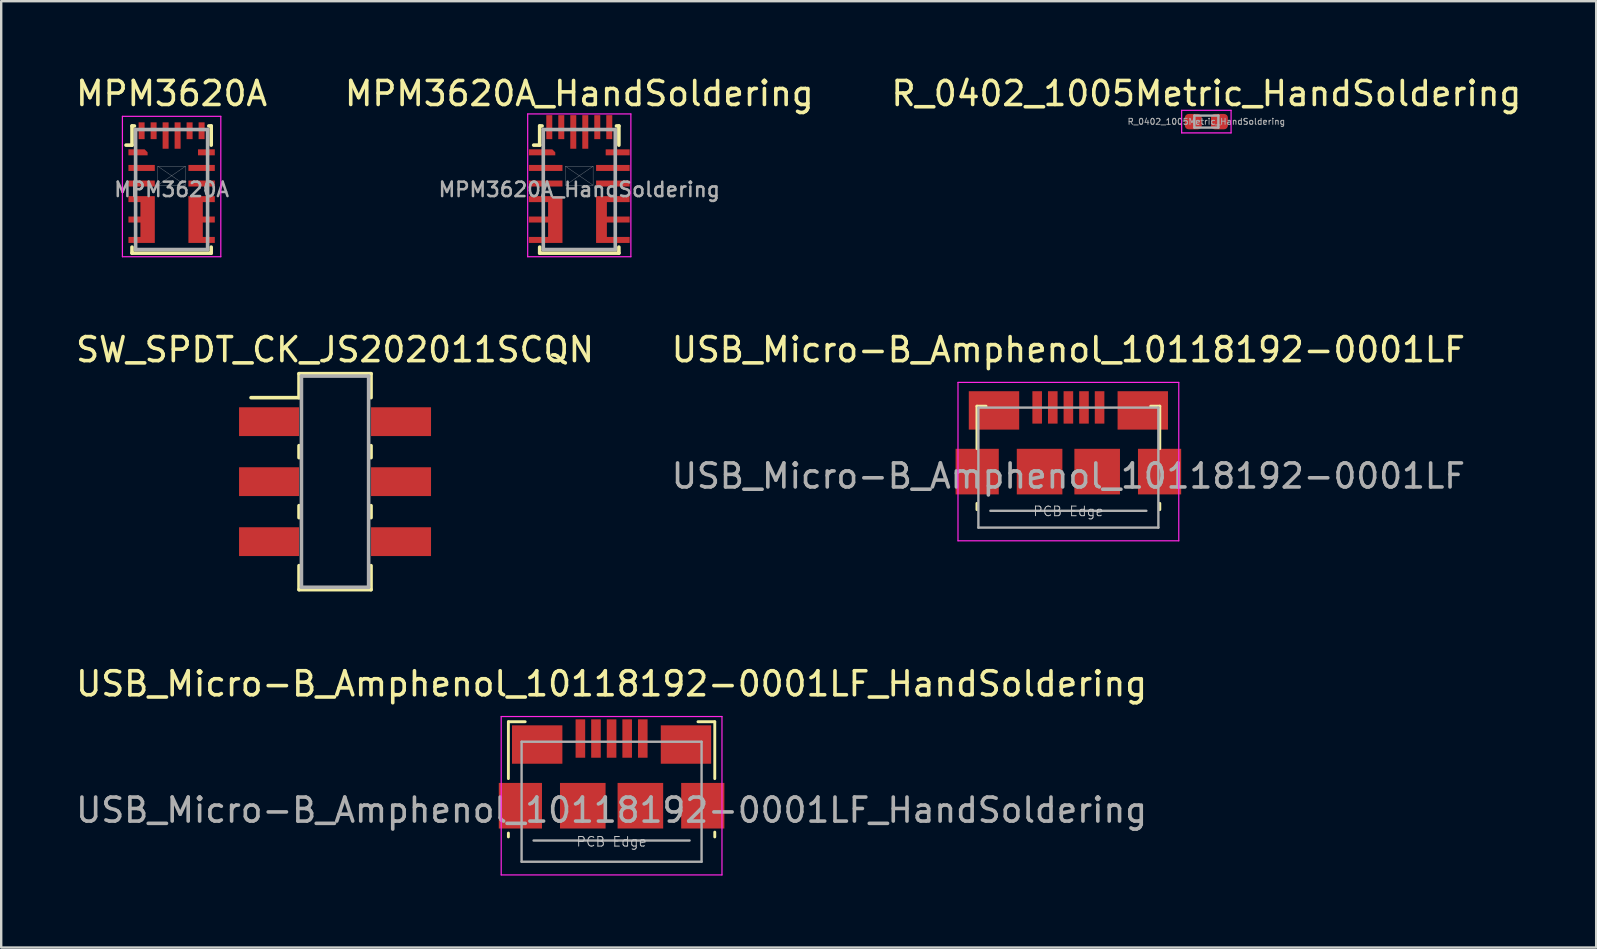
<source format=kicad_pcb>
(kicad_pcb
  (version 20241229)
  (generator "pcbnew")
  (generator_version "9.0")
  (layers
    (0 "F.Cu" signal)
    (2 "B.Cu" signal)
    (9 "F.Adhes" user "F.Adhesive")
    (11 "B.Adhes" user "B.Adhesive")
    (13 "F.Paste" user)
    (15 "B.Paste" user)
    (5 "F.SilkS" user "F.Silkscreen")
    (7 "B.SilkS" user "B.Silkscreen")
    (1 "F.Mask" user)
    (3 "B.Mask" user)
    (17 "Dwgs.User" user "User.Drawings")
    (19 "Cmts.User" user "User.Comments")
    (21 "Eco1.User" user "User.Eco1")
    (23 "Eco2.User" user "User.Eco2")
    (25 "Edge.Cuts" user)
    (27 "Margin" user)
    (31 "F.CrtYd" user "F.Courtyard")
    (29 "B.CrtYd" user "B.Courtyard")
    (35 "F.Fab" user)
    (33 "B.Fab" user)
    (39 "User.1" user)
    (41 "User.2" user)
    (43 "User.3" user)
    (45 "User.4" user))
  (footprint "MPM3620A"
    (layer "F.Cu")
    (at 4.101 4.848)
    (property "Reference" "MPM3620A" (at 0 -4 0) (layer "F.SilkS") (effects (font (size 1 1) (thickness 0.15))))
    (attr smd)
    (fp_line (start -1.65 -2.65) (end -1.65 -1.85) (stroke (width 0.15) (type solid)) (layer "F.SilkS"))
    (fp_line (start -1.65 -1.85) (end -1.9 -1.85) (stroke (width 0.15) (type solid)) (layer "F.SilkS"))
    (fp_line (start -1.65 2.4) (end -1.65 2.65) (stroke (width 0.15) (type solid)) (layer "F.SilkS"))
    (fp_line (start -1.65 2.65) (end 1.65 2.65) (stroke (width 0.15) (type solid)) (layer "F.SilkS"))
    (fp_line (start -1.55 -2.65) (end -1.65 -2.65) (stroke (width 0.15) (type solid)) (layer "F.SilkS"))
    (fp_line (start 1.65 -2.65) (end 1.55 -2.65) (stroke (width 0.15) (type solid)) (layer "F.SilkS"))
    (fp_line (start 1.65 -1.85) (end 1.65 -2.65) (stroke (width 0.15) (type solid)) (layer "F.SilkS"))
    (fp_line (start 1.65 2.65) (end 1.65 2.4) (stroke (width 0.15) (type solid)) (layer "F.SilkS"))
    (fp_line (start -0.575 -0.97) (end -0.575 -0.18) (stroke (width 0.01) (type solid)) (layer "Dwgs.User"))
    (fp_line (start -0.575 -0.97) (end 0.575 -0.18) (stroke (width 0.01) (type solid)) (layer "Dwgs.User"))
    (fp_line (start -0.575 -0.18) (end 0.575 -0.18) (stroke (width 0.01) (type solid)) (layer "Dwgs.User"))
    (fp_line (start 0.575 -0.97) (end -0.575 -0.97) (stroke (width 0.01) (type solid)) (layer "Dwgs.User"))
    (fp_line (start 0.575 -0.97) (end -0.575 -0.18) (stroke (width 0.01) (type solid)) (layer "Dwgs.User"))
    (fp_line (start 0.575 -0.97) (end 0.575 -0.18) (stroke (width 0.01) (type solid)) (layer "Dwgs.User"))
    (fp_line (start -2.05 2.8) (end -2.05 -3.05) (stroke (width 0.05) (type solid)) (layer "F.CrtYd"))
    (fp_line (start 2.05 -3.05) (end -2.05 -3.05) (stroke (width 0.05) (type solid)) (layer "F.CrtYd"))
    (fp_line (start 2.05 -3.05) (end 2.05 2.8) (stroke (width 0.05) (type solid)) (layer "F.CrtYd"))
    (fp_line (start 2.05 2.8) (end -2.05 2.8) (stroke (width 0.05) (type solid)) (layer "F.CrtYd"))
    (fp_line (start -1.5 -2.5) (end -1.5 2.5) (stroke (width 0.15) (type solid)) (layer "F.Fab"))
    (fp_line (start -1.5 2.5) (end 1.5 2.5) (stroke (width 0.15) (type solid)) (layer "F.Fab"))
    (fp_line (start 1.5 -2.5) (end -1.5 -2.5) (stroke (width 0.15) (type solid)) (layer "F.Fab"))
    (fp_line (start 1.5 2.5) (end 1.5 -2.5) (stroke (width 0.15) (type solid)) (layer "F.Fab"))
    (fp_text user "${REFERENCE}" (at 0 0 0) (layer "F.Fab") (effects (font (size 0.6 0.6) (thickness 0.105))))
    (pad "1" smd custom (at -1.5 -1.55) (size 0.6 0.25) (layers "F.Cu" "F.Mask" "F.Paste") (options (anchor rect)) (primitives (gr_poly (pts (xy -0.3 0.125) (xy 0.5 0.125) (xy 0.5 0) (xy 0.375 -0.125) (xy -0.3 -0.125)) (width 0) (fill yes))))
    (pad "2" smd rect (at -1.25 -0.9) (size 1.1 0.25) (layers "F.Cu" "F.Mask" "F.Paste"))
    (pad "3" smd rect (at -1.25 -0.25) (size 1.1 0.25) (layers "F.Cu" "F.Mask" "F.Paste"))
    (pad "4-6" smd custom (at -1.25 1.25) (size 1.1 0.25) (layers "F.Cu" "F.Mask" "F.Paste") (options (anchor rect)) (primitives (gr_poly (pts (xy 0.55 -0.975) (xy 0.55 0.975) (xy -0.55 0.975) (xy -0.55 0.725) (xy -0.05 0.725) (xy -0.05 -0.725) (xy -0.55 -0.725) (xy -0.55 -0.975)) (width 0) (fill yes))))
    (pad "7-9" smd custom (at 1.25 1.25) (size 1.1 0.25) (layers "F.Cu" "F.Mask" "F.Paste") (options (anchor rect)) (primitives (gr_poly (pts (xy -0.55 -0.975) (xy -0.55 0.975) (xy 0.55 0.975) (xy 0.55 0.725) (xy 0.05 0.725) (xy 0.05 -0.725) (xy 0.55 -0.725) (xy 0.55 -0.975)) (width 0) (fill yes))))
    (pad "10" smd rect (at 1.25 -0.25) (size 1.1 0.25) (layers "F.Cu" "F.Mask" "F.Paste"))
    (pad "11" smd rect (at 1.25 -0.9) (size 1.1 0.25) (layers "F.Cu" "F.Mask" "F.Paste"))
    (pad "12" smd rect (at 1.45 -1.55) (size 0.7 0.25) (layers "F.Cu" "F.Mask" "F.Paste"))
    (pad "13" smd rect (at 1.25 -2.45) (size 0.25 0.7) (layers "F.Cu" "F.Mask" "F.Paste"))
    (pad "14" smd rect (at 0.75 -2.45) (size 0.25 0.7) (layers "F.Cu" "F.Mask" "F.Paste"))
    (pad "15" smd rect (at 0.25 -2.25) (size 0.25 1.1) (layers "F.Cu" "F.Mask" "F.Paste"))
    (pad "16" smd rect (at -0.25 -2.25) (size 0.25 1.1) (layers "F.Cu" "F.Mask" "F.Paste"))
    (pad "17" smd rect (at -0.75 -2.45) (size 0.25 0.7) (layers "F.Cu" "F.Mask" "F.Paste"))
    (pad "18" smd rect (at -1.25 -2.45) (size 0.25 0.7) (layers "F.Cu" "F.Mask" "F.Paste")))
  (footprint "USB_Micro-B_Amphenol_10118192-0001LF_HandSoldering"
    (layer "F.Cu")
    (at 22.435 30.525)
    (property "Reference" "USB_Micro-B_Amphenol_10118192-0001LF_HandSoldering" (at 0 -5.08 180) (layer "F.SilkS") (effects (font (size 1 1) (thickness 0.15))))
    (attr smd)
    (fp_line (start -4.3 -3.5) (end -3.6 -3.5) (stroke (width 0.12) (type solid)) (layer "F.SilkS"))
    (fp_line (start -4.3 -1.13) (end -4.3 -3.5) (stroke (width 0.12) (type solid)) (layer "F.SilkS"))
    (fp_line (start -4.3 1.3) (end -4.3 1.14) (stroke (width 0.12) (type solid)) (layer "F.SilkS"))
    (fp_line (start 4.3 -3.5) (end 3.6 -3.5) (stroke (width 0.12) (type solid)) (layer "F.SilkS"))
    (fp_line (start 4.3 -1.129) (end 4.3 -3.499) (stroke (width 0.12) (type solid)) (layer "F.SilkS"))
    (fp_line (start 4.3 1.1) (end 4.3 1.3) (stroke (width 0.12) (type solid)) (layer "F.SilkS"))
    (fp_line (start -4.6 -3.716) (end 4.6 -3.716) (stroke (width 0.05) (type solid)) (layer "F.CrtYd"))
    (fp_line (start -4.6 2.884) (end -4.6 -3.716) (stroke (width 0.05) (type solid)) (layer "F.CrtYd"))
    (fp_line (start 4.6 -3.716) (end 4.6 2.884) (stroke (width 0.05) (type solid)) (layer "F.CrtYd"))
    (fp_line (start 4.6 2.884) (end -4.6 2.884) (stroke (width 0.05) (type solid)) (layer "F.CrtYd"))
    (fp_line (start -3.75 -2.666) (end 3.75 -2.666) (stroke (width 0.1) (type solid)) (layer "F.Fab"))
    (fp_line (start -3.75 2.334) (end -3.75 -2.666) (stroke (width 0.1) (type solid)) (layer "F.Fab"))
    (fp_line (start -3.25 1.45) (end 3.25 1.45) (stroke (width 0.1) (type solid)) (layer "F.Fab"))
    (fp_line (start 3.75 -2.666) (end 3.75 2.334) (stroke (width 0.1) (type solid)) (layer "F.Fab"))
    (fp_line (start 3.75 2.334) (end -3.75 2.334) (stroke (width 0.1) (type solid)) (layer "F.Fab"))
    (fp_text user "PCB Edge" (at 0 1.5 180) (layer "Dwgs.User") (effects (font (size 0.4 0.4) (thickness 0.04))))
    (fp_text user "${REFERENCE}" (at 0 0.184 0) (layer "F.Fab") (effects (font (size 1 1) (thickness 0.15))))
    (pad "1" smd rect (at -1.3 -2.8) (size 0.4 1.6) (layers "F.Cu" "F.Mask" "F.Paste"))
    (pad "2" smd rect (at -0.65 -2.8) (size 0.4 1.6) (layers "F.Cu" "F.Mask" "F.Paste"))
    (pad "3" smd rect (at 0 -2.8) (size 0.4 1.6) (layers "F.Cu" "F.Mask" "F.Paste"))
    (pad "4" smd rect (at 0.65 -2.8) (size 0.4 1.6) (layers "F.Cu" "F.Mask" "F.Paste"))
    (pad "5" smd rect (at 1.3 -2.8) (size 0.4 1.6) (layers "F.Cu" "F.Mask" "F.Paste"))
    (pad "6" smd rect (at -3.8 0) (size 1.8 1.9) (layers "F.Cu" "F.Mask" "F.Paste"))
    (pad "6" smd rect (at -3.1 -2.55) (size 2.1 1.6) (layers "F.Cu" "F.Mask" "F.Paste"))
    (pad "6" smd rect (at -1.2 0) (size 1.9 1.9) (layers "F.Cu" "F.Mask" "F.Paste"))
    (pad "6" smd rect (at 1.2 0) (size 1.9 1.9) (layers "F.Cu" "F.Mask" "F.Paste"))
    (pad "6" smd rect (at 3.1 -2.55) (size 2.1 1.6) (layers "F.Cu" "F.Mask" "F.Paste"))
    (pad "6" smd rect (at 3.8 0) (size 1.8 1.9) (layers "F.Cu" "F.Mask" "F.Paste")))
  (footprint "USB_Micro-B_Amphenol_10118192-0001LF"
    (layer "F.Cu")
    (at 41.47 16.602)
    (property "Reference" "USB_Micro-B_Amphenol_10118192-0001LF" (at 0 -5.08 180) (layer "F.SilkS") (effects (font (size 1 1) (thickness 0.15))))
    (attr smd)
    (fp_line (start -3.81 -2.726) (end -3.43 -2.726) (stroke (width 0.12) (type solid)) (layer "F.SilkS"))
    (fp_line (start -3.81 -0.956) (end -3.81 -2.726) (stroke (width 0.12) (type solid)) (layer "F.SilkS"))
    (fp_line (start -3.81 1.584) (end -3.81 1.324) (stroke (width 0.12) (type solid)) (layer "F.SilkS"))
    (fp_line (start 3.81 -2.726) (end 3.43 -2.726) (stroke (width 0.12) (type solid)) (layer "F.SilkS"))
    (fp_line (start 3.81 -2.726) (end 3.81 -0.956) (stroke (width 0.12) (type solid)) (layer "F.SilkS"))
    (fp_line (start 3.81 1.324) (end 3.81 1.584) (stroke (width 0.12) (type solid)) (layer "F.SilkS"))
    (fp_line (start -4.6 -3.716) (end 4.6 -3.716) (stroke (width 0.05) (type solid)) (layer "F.CrtYd"))
    (fp_line (start -4.6 2.884) (end -4.6 -3.716) (stroke (width 0.05) (type solid)) (layer "F.CrtYd"))
    (fp_line (start 4.6 -3.716) (end 4.6 2.884) (stroke (width 0.05) (type solid)) (layer "F.CrtYd"))
    (fp_line (start 4.6 2.884) (end -4.6 2.884) (stroke (width 0.05) (type solid)) (layer "F.CrtYd"))
    (fp_line (start -3.75 -2.666) (end 3.75 -2.666) (stroke (width 0.1) (type solid)) (layer "F.Fab"))
    (fp_line (start -3.75 2.334) (end -3.75 -2.666) (stroke (width 0.1) (type solid)) (layer "F.Fab"))
    (fp_line (start -3.25 1.634) (end 3.25 1.634) (stroke (width 0.1) (type solid)) (layer "F.Fab"))
    (fp_line (start 3.75 -2.666) (end 3.75 2.334) (stroke (width 0.1) (type solid)) (layer "F.Fab"))
    (fp_line (start 3.75 2.334) (end -3.75 2.334) (stroke (width 0.1) (type solid)) (layer "F.Fab"))
    (fp_text user "PCB Edge" (at 0 1.654 180) (layer "Dwgs.User") (effects (font (size 0.4 0.4) (thickness 0.04))))
    (fp_text user "${REFERENCE}" (at 0 0.184 0) (layer "F.Fab") (effects (font (size 1 1) (thickness 0.15))))
    (pad "1" smd rect (at -1.3 -2.675) (size 0.4 1.35) (layers "F.Cu" "F.Mask" "F.Paste"))
    (pad "2" smd rect (at -0.65 -2.675) (size 0.4 1.35) (layers "F.Cu" "F.Mask" "F.Paste"))
    (pad "3" smd rect (at 0 -2.675) (size 0.4 1.35) (layers "F.Cu" "F.Mask" "F.Paste"))
    (pad "4" smd rect (at 0.65 -2.675) (size 0.4 1.35) (layers "F.Cu" "F.Mask" "F.Paste"))
    (pad "5" smd rect (at 1.3 -2.675) (size 0.4 1.35) (layers "F.Cu" "F.Mask" "F.Paste"))
    (pad "6" smd rect (at -3.8 0) (size 1.8 1.9) (layers "F.Cu" "F.Mask" "F.Paste"))
    (pad "6" smd rect (at -3.1 -2.55) (size 2.1 1.6) (layers "F.Cu" "F.Mask" "F.Paste"))
    (pad "6" smd rect (at -1.2 0) (size 1.9 1.9) (layers "F.Cu" "F.Mask" "F.Paste"))
    (pad "6" smd rect (at 1.2 0) (size 1.9 1.9) (layers "F.Cu" "F.Mask" "F.Paste"))
    (pad "6" smd rect (at 3.1 -2.55) (size 2.1 1.6) (layers "F.Cu" "F.Mask" "F.Paste"))
    (pad "6" smd rect (at 3.8 0) (size 1.8 1.9) (layers "F.Cu" "F.Mask" "F.Paste")))
  (footprint "R_0402_1005Metric_HandSoldering"
    (layer "F.Cu")
    (at 47.22 2.018)
    (property "Reference" "R_0402_1005Metric_HandSoldering" (at 0 -1.17 0) (layer "F.SilkS") (effects (font (size 1 1) (thickness 0.15))))
    (attr smd)
    (fp_line (start -1.03 -0.47) (end 1.03 -0.47) (stroke (width 0.05) (type solid)) (layer "F.CrtYd"))
    (fp_line (start -1.03 0.47) (end -1.03 -0.47) (stroke (width 0.05) (type solid)) (layer "F.CrtYd"))
    (fp_line (start 1.03 -0.47) (end 1.03 0.47) (stroke (width 0.05) (type solid)) (layer "F.CrtYd"))
    (fp_line (start 1.03 0.47) (end -1.03 0.47) (stroke (width 0.05) (type solid)) (layer "F.CrtYd"))
    (fp_line (start -0.5 -0.25) (end 0.5 -0.25) (stroke (width 0.1) (type solid)) (layer "F.Fab"))
    (fp_line (start -0.5 0.25) (end -0.5 -0.25) (stroke (width 0.1) (type solid)) (layer "F.Fab"))
    (fp_line (start 0.5 -0.25) (end 0.5 0.25) (stroke (width 0.1) (type solid)) (layer "F.Fab"))
    (fp_line (start 0.5 0.25) (end -0.5 0.25) (stroke (width 0.1) (type solid)) (layer "F.Fab"))
    (fp_text user "${REFERENCE}" (at 0 0 0) (layer "F.Fab") (effects (font (size 0.25 0.25) (thickness 0.04))))
    (pad "1" smd roundrect (at -0.544 0) (size 0.708 0.64) (layers "F.Cu" "F.Mask" "F.Paste") (roundrect_rratio 0.25))
    (pad "2" smd roundrect (at 0.544 0) (size 0.708 0.64) (layers "F.Cu" "F.Mask" "F.Paste") (roundrect_rratio 0.25)))
  (footprint "SW_SPDT_CK_JS202011SCQN"
    (layer "F.Cu")
    (at 10.911 17.021)
    (property "Reference" "SW_SPDT_CK_JS202011SCQN" (at 0 -5.5 0) (layer "F.SilkS") (effects (font (size 1 1) (thickness 0.15))))
    (attr smd)
    (fp_line (start -1.5 -4.5) (end -1.5 -3.5) (stroke (width 0.15) (type solid)) (layer "F.SilkS"))
    (fp_line (start -1.5 -4.5) (end 1.5 -4.5) (stroke (width 0.15) (type solid)) (layer "F.SilkS"))
    (fp_line (start -1.5 -3.5) (end -3.5 -3.5) (stroke (width 0.15) (type solid)) (layer "F.SilkS"))
    (fp_line (start -1.5 -1.5) (end -1.5 -1) (stroke (width 0.15) (type solid)) (layer "F.SilkS"))
    (fp_line (start -1.5 1) (end -1.5 1.5) (stroke (width 0.15) (type solid)) (layer "F.SilkS"))
    (fp_line (start -1.5 4.5) (end -1.5 3.5) (stroke (width 0.15) (type solid)) (layer "F.SilkS"))
    (fp_line (start -1.5 4.5) (end 1.5 4.5) (stroke (width 0.15) (type solid)) (layer "F.SilkS"))
    (fp_line (start 1.5 -4.5) (end 1.5 -3.5) (stroke (width 0.15) (type solid)) (layer "F.SilkS"))
    (fp_line (start 1.5 -1.5) (end 1.5 -1) (stroke (width 0.15) (type solid)) (layer "F.SilkS"))
    (fp_line (start 1.5 1) (end 1.5 1.5) (stroke (width 0.15) (type solid)) (layer "F.SilkS"))
    (fp_line (start 1.5 4.5) (end 1.5 3.5) (stroke (width 0.15) (type solid)) (layer "F.SilkS"))
    (fp_line (start -1.4 -4.4) (end -1.4 4.4) (stroke (width 0.15) (type solid)) (layer "F.Fab"))
    (fp_line (start -1.4 4.4) (end 1.4 4.4) (stroke (width 0.15) (type solid)) (layer "F.Fab"))
    (fp_line (start 1.4 -4.4) (end -1.4 -4.4) (stroke (width 0.15) (type solid)) (layer "F.Fab"))
    (fp_line (start 1.4 4.4) (end 1.4 -4.4) (stroke (width 0.15) (type solid)) (layer "F.Fab"))
    (pad "0" smd rect (at 2.75 -2.5) (size 2.5 1.2) (layers "F.Cu" "F.Mask" "F.Paste"))
    (pad "0" smd rect (at 2.75 0) (size 2.5 1.2) (layers "F.Cu" "F.Mask" "F.Paste"))
    (pad "0" smd rect (at 2.75 2.5) (size 2.5 1.2) (layers "F.Cu" "F.Mask" "F.Paste"))
    (pad "1" smd rect (at -2.75 -2.5) (size 2.5 1.2) (layers "F.Cu" "F.Mask" "F.Paste"))
    (pad "2" smd rect (at -2.75 0) (size 2.5 1.2) (layers "F.Cu" "F.Mask" "F.Paste"))
    (pad "3" smd rect (at -2.75 2.5) (size 2.5 1.2) (layers "F.Cu" "F.Mask" "F.Paste")))
  (footprint "MPM3620A_HandSoldering"
    (layer "F.Cu")
    (at 21.089 4.848)
    (property "Reference" "MPM3620A_HandSoldering" (at 0 -4 0) (layer "F.SilkS") (effects (font (size 1 1) (thickness 0.15))))
    (attr smd)
    (fp_line (start -1.65 -2.65) (end -1.65 -1.85) (stroke (width 0.15) (type solid)) (layer "F.SilkS"))
    (fp_line (start -1.65 -1.85) (end -1.9 -1.85) (stroke (width 0.15) (type solid)) (layer "F.SilkS"))
    (fp_line (start -1.65 2.4) (end -1.65 2.65) (stroke (width 0.15) (type solid)) (layer "F.SilkS"))
    (fp_line (start -1.65 2.65) (end 1.65 2.65) (stroke (width 0.15) (type solid)) (layer "F.SilkS"))
    (fp_line (start -1.55 -2.65) (end -1.65 -2.65) (stroke (width 0.15) (type solid)) (layer "F.SilkS"))
    (fp_line (start 1.65 -2.65) (end 1.55 -2.65) (stroke (width 0.15) (type solid)) (layer "F.SilkS"))
    (fp_line (start 1.65 -1.85) (end 1.65 -2.65) (stroke (width 0.15) (type solid)) (layer "F.SilkS"))
    (fp_line (start 1.65 2.65) (end 1.65 2.4) (stroke (width 0.15) (type solid)) (layer "F.SilkS"))
    (fp_line (start -0.575 -0.97) (end -0.575 -0.18) (stroke (width 0.01) (type solid)) (layer "Dwgs.User"))
    (fp_line (start -0.575 -0.97) (end 0.575 -0.18) (stroke (width 0.01) (type solid)) (layer "Dwgs.User"))
    (fp_line (start -0.575 -0.18) (end 0.575 -0.18) (stroke (width 0.01) (type solid)) (layer "Dwgs.User"))
    (fp_line (start 0.575 -0.97) (end -0.575 -0.97) (stroke (width 0.01) (type solid)) (layer "Dwgs.User"))
    (fp_line (start 0.575 -0.97) (end -0.575 -0.18) (stroke (width 0.01) (type solid)) (layer "Dwgs.User"))
    (fp_line (start 0.575 -0.97) (end 0.575 -0.18) (stroke (width 0.01) (type solid)) (layer "Dwgs.User"))
    (fp_line (start -2.15 2.8) (end -2.15 -3.15) (stroke (width 0.05) (type solid)) (layer "F.CrtYd"))
    (fp_line (start 2.15 -3.15) (end -2.15 -3.15) (stroke (width 0.05) (type solid)) (layer "F.CrtYd"))
    (fp_line (start 2.15 -3.15) (end 2.15 2.8) (stroke (width 0.05) (type solid)) (layer "F.CrtYd"))
    (fp_line (start 2.15 2.8) (end -2.15 2.8) (stroke (width 0.05) (type solid)) (layer "F.CrtYd"))
    (fp_line (start -1.5 -2.5) (end -1.5 2.5) (stroke (width 0.15) (type solid)) (layer "F.Fab"))
    (fp_line (start -1.5 2.5) (end 1.5 2.5) (stroke (width 0.15) (type solid)) (layer "F.Fab"))
    (fp_line (start 1.5 -2.5) (end -1.5 -2.5) (stroke (width 0.15) (type solid)) (layer "F.Fab"))
    (fp_line (start 1.5 2.5) (end 1.5 -2.5) (stroke (width 0.15) (type solid)) (layer "F.Fab"))
    (fp_text user "${REFERENCE}" (at 0 0 0) (layer "F.Fab") (effects (font (size 0.6 0.6) (thickness 0.105))))
    (pad "1" smd custom (at -1.8 -1.55) (size 0.6 0.25) (layers "F.Cu" "F.Mask" "F.Paste") (options (anchor rect)) (primitives (gr_poly (pts (xy -0.3 0.125) (xy 0.8 0.125) (xy 0.8 0) (xy 0.675 -0.125) (xy -0.3 -0.125)) (width 0) (fill yes))))
    (pad "2" smd rect (at -1.4 -0.9) (size 1.4 0.25) (layers "F.Cu" "F.Mask" "F.Paste"))
    (pad "3" smd rect (at -1.4 -0.25) (size 1.4 0.25) (layers "F.Cu" "F.Mask" "F.Paste"))
    (pad "4-6" smd custom (at -1.4 1.25) (size 1.4 0.25) (layers "F.Cu" "F.Mask" "F.Paste") (options (anchor rect)) (primitives (gr_poly (pts (xy 0.7 -0.975) (xy 0.7 0.975) (xy -0.7 0.975) (xy -0.7 0.725) (xy 0.1 0.725) (xy 0.1 -0.725) (xy -0.7 -0.725) (xy -0.7 -0.975)) (width 0) (fill yes))))
    (pad "7-9" smd custom (at 1.4 1.25) (size 1.4 0.25) (layers "F.Cu" "F.Mask" "F.Paste") (options (anchor rect)) (primitives (gr_poly (pts (xy -0.7 -0.975) (xy -0.7 0.975) (xy 0.7 0.975) (xy 0.7 0.725) (xy -0.25 0.725) (xy -0.25 -0.725) (xy 0.7 -0.725) (xy 0.7 -0.975)) (width 0) (fill yes))))
    (pad "10" smd rect (at 1.4 -0.25) (size 1.4 0.25) (layers "F.Cu" "F.Mask" "F.Paste"))
    (pad "11" smd rect (at 1.4 -0.9) (size 1.4 0.25) (layers "F.Cu" "F.Mask" "F.Paste"))
    (pad "12" smd rect (at 1.6 -1.55) (size 1 0.25) (layers "F.Cu" "F.Mask" "F.Paste"))
    (pad "13" smd rect (at 1.25 -2.6) (size 0.25 1) (layers "F.Cu" "F.Mask" "F.Paste"))
    (pad "14" smd rect (at 0.75 -2.6) (size 0.25 1) (layers "F.Cu" "F.Mask" "F.Paste"))
    (pad "15" smd rect (at 0.25 -2.4) (size 0.25 1.4) (layers "F.Cu" "F.Mask" "F.Paste"))
    (pad "16" smd rect (at -0.25 -2.4) (size 0.25 1.4) (layers "F.Cu" "F.Mask" "F.Paste"))
    (pad "17" smd rect (at -0.75 -2.6) (size 0.25 1) (layers "F.Cu" "F.Mask" "F.Paste"))
    (pad "18" smd rect (at -1.25 -2.6) (size 0.25 1) (layers "F.Cu" "F.Mask" "F.Paste")))
  (gr_rect
    (start -3 -3)
    (end 63.464 36.434)
    (stroke (width 0.1) (type default))
    (fill no)
    (layer "Edge.Cuts")))
</source>
